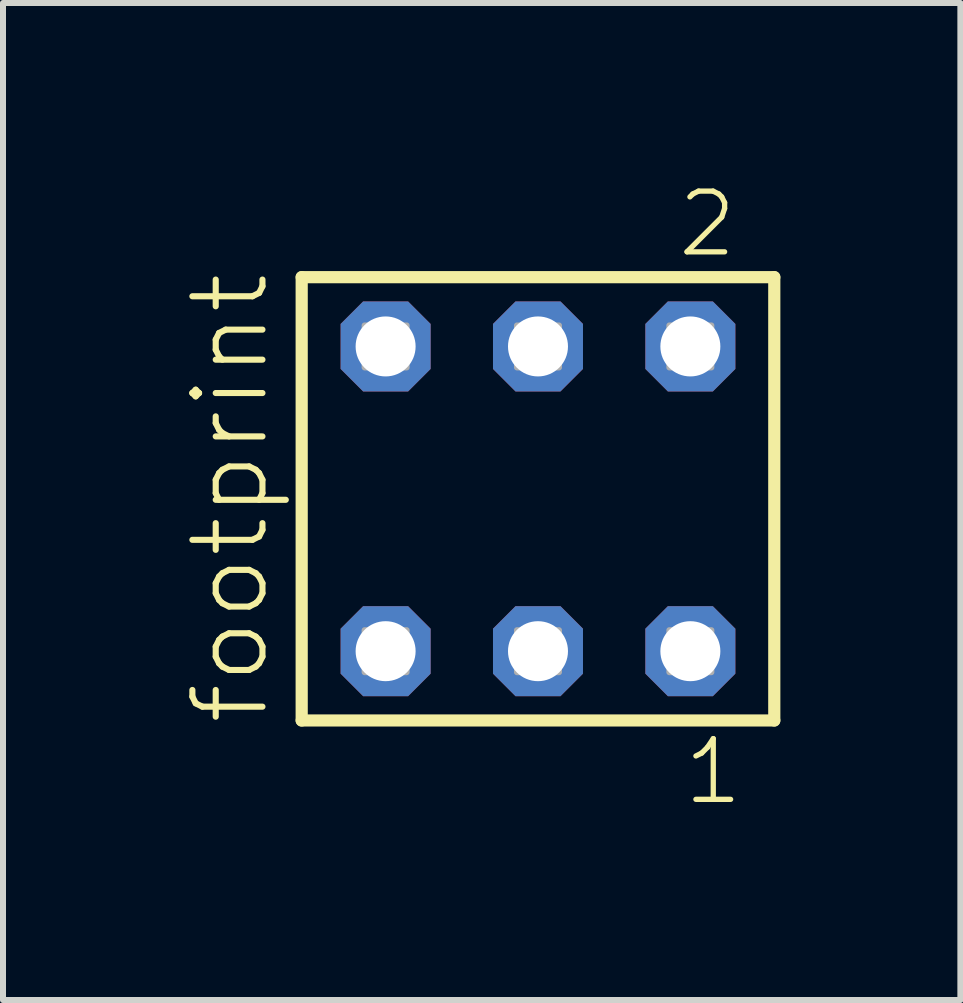
<source format=kicad_pcb>
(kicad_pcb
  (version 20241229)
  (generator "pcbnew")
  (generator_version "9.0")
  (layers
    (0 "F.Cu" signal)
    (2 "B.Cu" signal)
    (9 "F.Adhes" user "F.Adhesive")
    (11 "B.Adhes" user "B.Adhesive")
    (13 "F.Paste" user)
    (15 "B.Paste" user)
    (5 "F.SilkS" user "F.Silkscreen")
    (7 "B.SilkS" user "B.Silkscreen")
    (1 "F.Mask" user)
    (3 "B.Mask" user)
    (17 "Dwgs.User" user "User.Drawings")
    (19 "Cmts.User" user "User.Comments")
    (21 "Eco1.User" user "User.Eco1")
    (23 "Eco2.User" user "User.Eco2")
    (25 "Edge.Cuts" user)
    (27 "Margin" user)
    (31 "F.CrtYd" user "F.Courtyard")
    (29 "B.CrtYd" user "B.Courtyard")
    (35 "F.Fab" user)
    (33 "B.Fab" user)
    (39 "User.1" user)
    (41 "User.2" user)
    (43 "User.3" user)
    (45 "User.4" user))
  (footprint "footprint"
    (layer "F.Cu")
    (at 5.918 5.265)
    (property "Reference" "footprint" (at -4.445 3.81 90) (layer "F.SilkS") (effects (font (size 1.168 1.168) (thickness 0.102)) (justify left bottom)))
    (fp_line (start -3.939 -3.695) (end 3.939 -3.695) (stroke (width 0.203) (type solid)) (layer "F.SilkS"))
    (fp_line (start -3.939 3.695) (end -3.939 -3.695) (stroke (width 0.203) (type solid)) (layer "F.SilkS"))
    (fp_line (start 3.939 -3.695) (end 3.939 3.695) (stroke (width 0.203) (type solid)) (layer "F.SilkS"))
    (fp_line (start 3.939 3.695) (end -3.939 3.695) (stroke (width 0.203) (type solid)) (layer "F.SilkS"))
    (fp_poly (pts (xy -2.89 -2.19) (xy -2.19 -2.19) (xy -2.19 -2.89) (xy -2.89 -2.89)) (stroke (width 0.1) (type solid)) (fill no) (layer "F.Fab"))
    (fp_poly (pts (xy -2.89 2.89) (xy -2.19 2.89) (xy -2.19 2.19) (xy -2.89 2.19)) (stroke (width 0.1) (type solid)) (fill no) (layer "F.Fab"))
    (fp_poly (pts (xy -0.35 -2.19) (xy 0.35 -2.19) (xy 0.35 -2.89) (xy -0.35 -2.89)) (stroke (width 0.1) (type solid)) (fill no) (layer "F.Fab"))
    (fp_poly (pts (xy -0.35 2.89) (xy 0.35 2.89) (xy 0.35 2.19) (xy -0.35 2.19)) (stroke (width 0.1) (type solid)) (fill no) (layer "F.Fab"))
    (fp_poly (pts (xy 2.19 -2.19) (xy 2.89 -2.19) (xy 2.89 -2.89) (xy 2.19 -2.89)) (stroke (width 0.1) (type solid)) (fill no) (layer "F.Fab"))
    (fp_poly (pts (xy 2.19 2.89) (xy 2.89 2.89) (xy 2.89 2.19) (xy 2.19 2.19)) (stroke (width 0.1) (type solid)) (fill no) (layer "F.Fab"))
    (fp_text user "2" (at 2.282 -3.989 0) (layer "F.SilkS") (effects (font (size 1.012 1.012) (thickness 0.088)) (justify left bottom)))
    (fp_text user "1" (at 2.382 5.138 0) (layer "F.SilkS") (effects (font (size 1.012 1.012) (thickness 0.088)) (justify left bottom)))
    (pad "1" thru_hole roundrect (at 2.54 2.54 180) (size 1.5 1.5) (drill 1) (layers "*.Cu" "*.Mask") (roundrect_rratio 0.25) (chamfer_ratio 0.25) (chamfer top_left top_right bottom_left bottom_right))
    (pad "2" thru_hole roundrect (at 2.54 -2.54 180) (size 1.5 1.5) (drill 1) (layers "*.Cu" "*.Mask") (roundrect_rratio 0.25) (chamfer_ratio 0.25) (chamfer top_left top_right bottom_left bottom_right))
    (pad "3" thru_hole roundrect (at 0 2.54 180) (size 1.5 1.5) (drill 1) (layers "*.Cu" "*.Mask") (roundrect_rratio 0.25) (chamfer_ratio 0.25) (chamfer top_left top_right bottom_left bottom_right))
    (pad "4" thru_hole roundrect (at 0 -2.54 180) (size 1.5 1.5) (drill 1) (layers "*.Cu" "*.Mask") (roundrect_rratio 0.25) (chamfer_ratio 0.25) (chamfer top_left top_right bottom_left bottom_right))
    (pad "5" thru_hole roundrect (at -2.54 2.54 180) (size 1.5 1.5) (drill 1) (layers "*.Cu" "*.Mask") (roundrect_rratio 0.25) (chamfer_ratio 0.25) (chamfer top_left top_right bottom_left bottom_right))
    (pad "6" thru_hole roundrect (at -2.54 -2.54 180) (size 1.5 1.5) (drill 1) (layers "*.Cu" "*.Mask") (roundrect_rratio 0.25) (chamfer_ratio 0.25) (chamfer top_left top_right bottom_left bottom_right)))
  (gr_rect
    (start -3 -3)
    (end 12.959 13.62)
    (stroke (width 0.1) (type default))
    (fill no)
    (layer "Edge.Cuts")))
</source>
